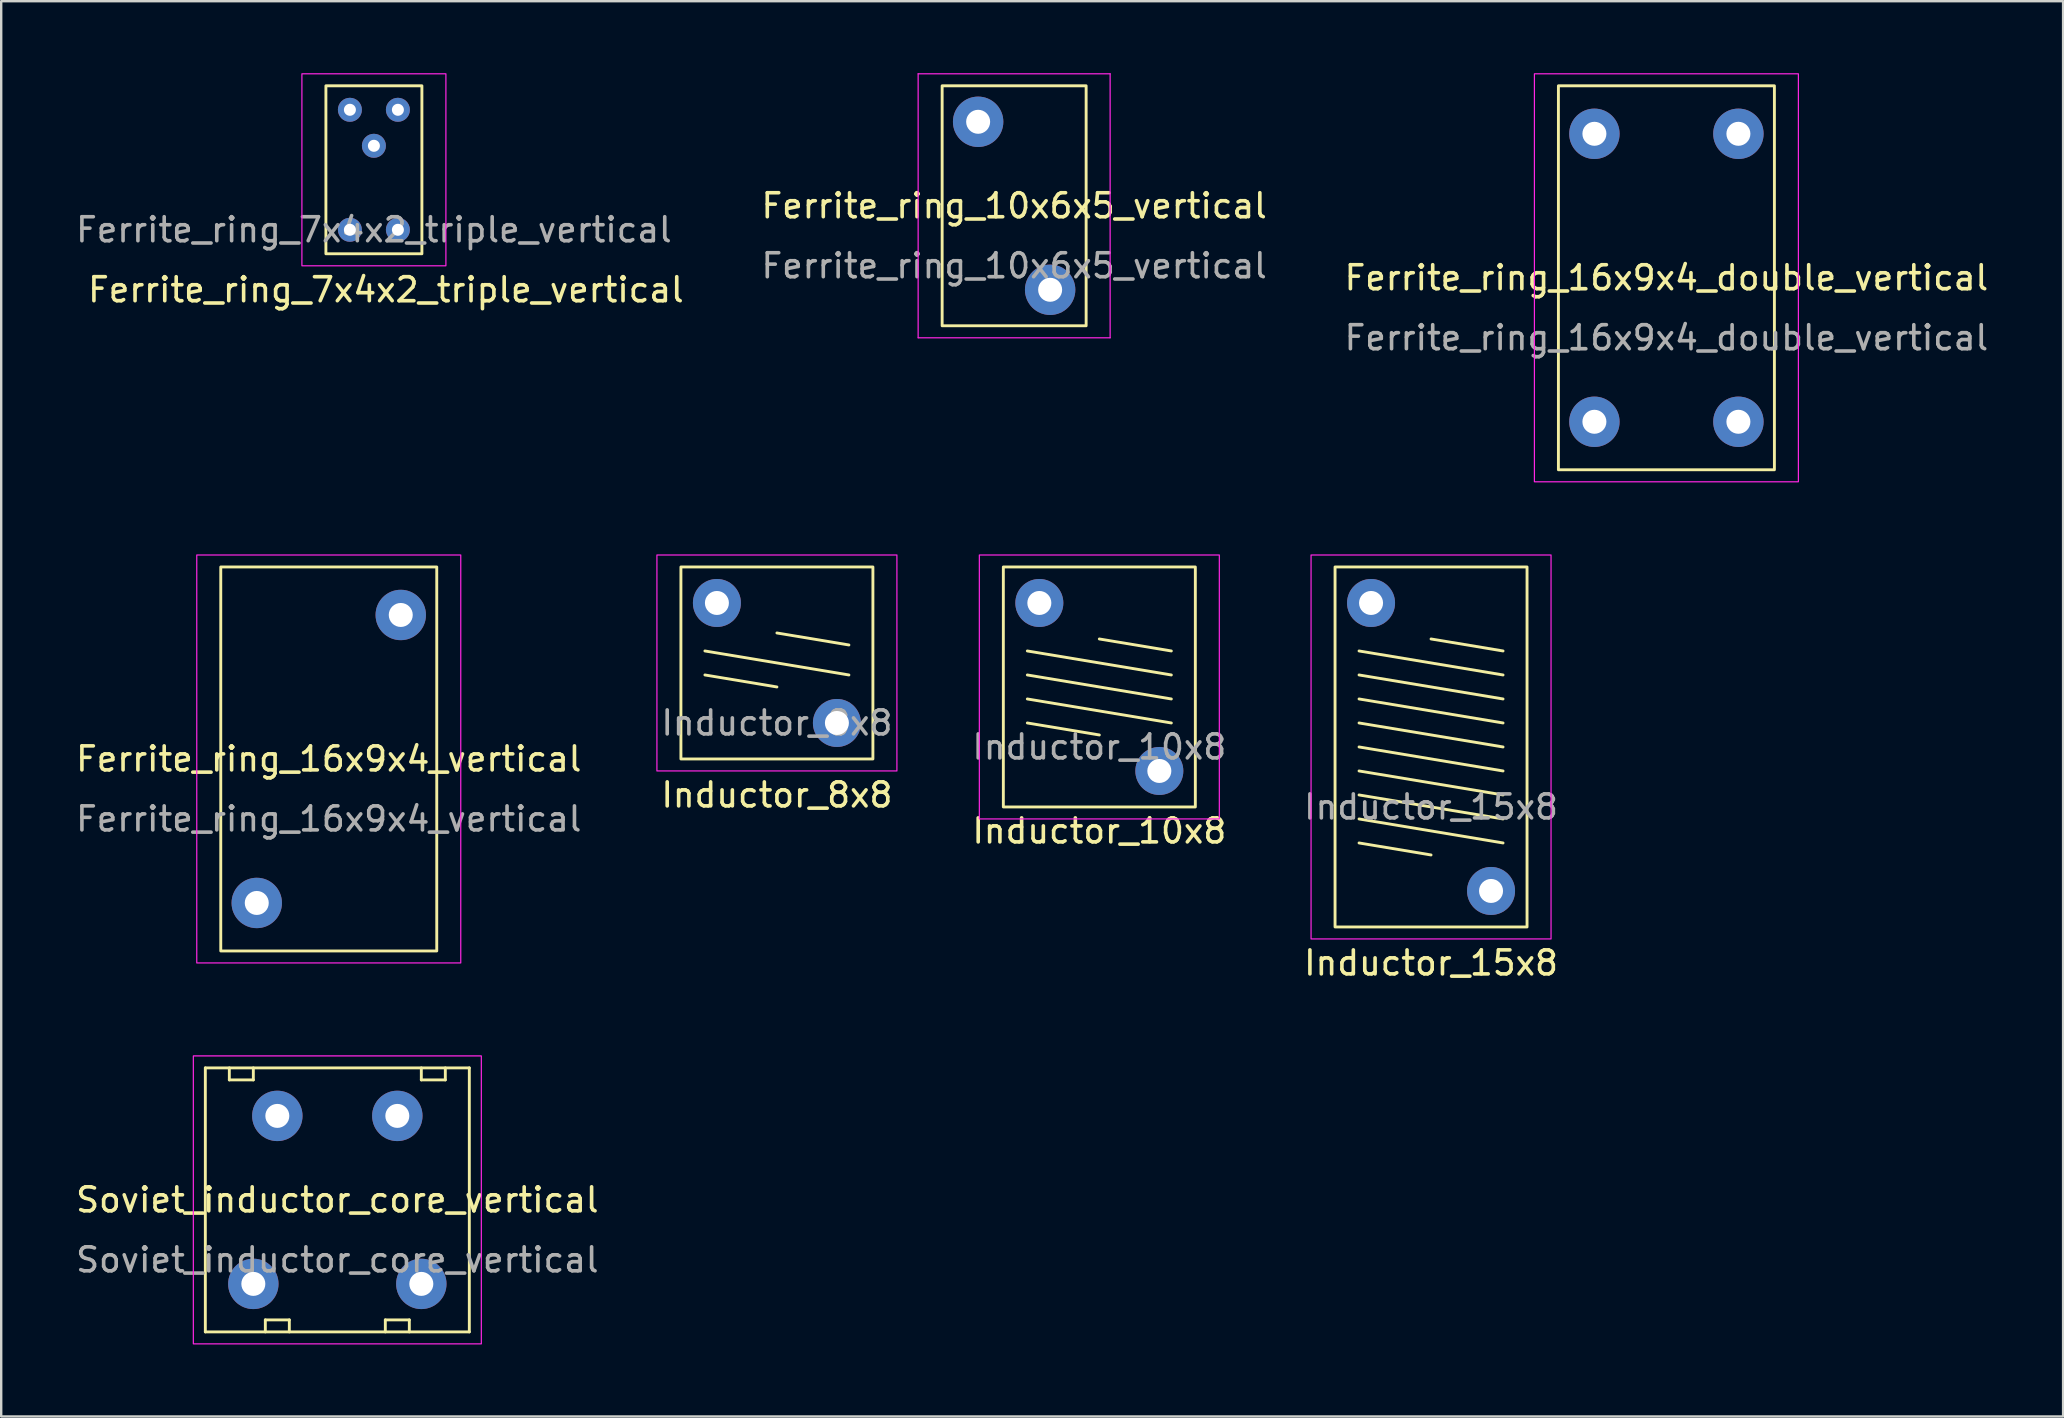
<source format=kicad_pcb>
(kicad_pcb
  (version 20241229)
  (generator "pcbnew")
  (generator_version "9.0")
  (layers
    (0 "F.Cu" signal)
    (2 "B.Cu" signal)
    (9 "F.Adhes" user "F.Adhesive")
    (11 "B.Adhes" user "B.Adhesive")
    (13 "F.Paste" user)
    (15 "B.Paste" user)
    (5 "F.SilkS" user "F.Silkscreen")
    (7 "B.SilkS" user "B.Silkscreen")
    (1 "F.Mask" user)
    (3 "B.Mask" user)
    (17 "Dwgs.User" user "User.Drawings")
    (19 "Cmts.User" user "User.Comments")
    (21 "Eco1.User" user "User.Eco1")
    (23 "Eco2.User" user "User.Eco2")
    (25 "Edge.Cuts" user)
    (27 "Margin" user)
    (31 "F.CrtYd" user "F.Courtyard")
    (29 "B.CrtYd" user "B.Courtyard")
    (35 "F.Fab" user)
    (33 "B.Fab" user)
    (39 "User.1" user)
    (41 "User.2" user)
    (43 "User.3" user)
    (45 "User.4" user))
  (footprint "Ferrite_ring_16x9x4_vertical"
    (layer "F.Cu")
    (at 10.649 28.575)
    (property "Reference" "Ferrite_ring_16x9x4_vertical" (at 0 0 0) (unlocked yes) (layer "F.SilkS") (effects (font (size 1 1) (thickness 0.15))))
    (attr through_hole)
    (fp_rect (start -4.5 -8) (end 4.5 8) (stroke (width 0.12) (type solid)) (fill no) (layer "F.SilkS"))
    (fp_rect (start -5.5 -8.5) (end 5.5 8.5) (stroke (width 0.05) (type solid)) (fill no) (layer "F.CrtYd"))
    (fp_text user "${REFERENCE}" (at 0 2.5 0) (unlocked yes) (layer "F.Fab") (effects (font (size 1 1) (thickness 0.15))))
    (pad "1" thru_hole circle (at 3 -6) (size 2.1 2.1) (drill 1) (layers "*.Cu" "*.Mask"))
    (pad "2" thru_hole circle (at -3 6) (size 2.1 2.1) (drill 1) (layers "*.Cu" "*.Mask")))
  (footprint "Inductor_10x8"
    (layer "F.Cu")
    (at 42.758 25.575)
    (property "Reference" "Inductor_10x8" (at 0 6 0) (unlocked yes) (layer "F.SilkS") (effects (font (size 1 1) (thickness 0.15))))
    (attr through_hole)
    (fp_line (start 0 2) (end -3 1.5) (stroke (width 0.12) (type solid)) (layer "F.SilkS"))
    (fp_line (start 3 -1.5) (end 0 -2) (stroke (width 0.12) (type solid)) (layer "F.SilkS"))
    (fp_line (start 3 -0.5) (end -3 -1.5) (stroke (width 0.12) (type solid)) (layer "F.SilkS"))
    (fp_line (start 3 0.5) (end -3 -0.5) (stroke (width 0.12) (type solid)) (layer "F.SilkS"))
    (fp_line (start 3 1.5) (end -3 0.5) (stroke (width 0.12) (type solid)) (layer "F.SilkS"))
    (fp_rect (start -4 -5) (end 4 5) (stroke (width 0.12) (type solid)) (fill no) (layer "F.SilkS"))
    (fp_rect (start -5 -5.5) (end 5 5.5) (stroke (width 0.05) (type solid)) (fill no) (layer "F.CrtYd"))
    (fp_text user "${REFERENCE}" (at 0 2.5 0) (unlocked yes) (layer "F.Fab") (effects (font (size 1 1) (thickness 0.15))))
    (pad "1" thru_hole circle (at 2.5 3.5) (size 2 2) (drill 1) (layers "*.Cu" "*.Mask"))
    (pad "2" thru_hole circle (at -2.5 -3.5) (size 2 2) (drill 1) (layers "*.Cu" "*.Mask")))
  (footprint "Inductor_8x8"
    (layer "F.Cu")
    (at 29.323 24.575)
    (property "Reference" "Inductor_8x8" (at 0 5.5 0) (unlocked yes) (layer "F.SilkS") (effects (font (size 1 1) (thickness 0.15))))
    (attr through_hole)
    (fp_line (start 0 1) (end -3 0.5) (stroke (width 0.12) (type solid)) (layer "F.SilkS"))
    (fp_line (start 3 -0.75) (end 0 -1.25) (stroke (width 0.12) (type solid)) (layer "F.SilkS"))
    (fp_line (start 3 0.5) (end -3 -0.5) (stroke (width 0.12) (type solid)) (layer "F.SilkS"))
    (fp_rect (start -4 -4) (end 4 4) (stroke (width 0.12) (type solid)) (fill no) (layer "F.SilkS"))
    (fp_rect (start -5 -4.5) (end 5 4.5) (stroke (width 0.05) (type solid)) (fill no) (layer "F.CrtYd"))
    (fp_text user "${REFERENCE}" (at 0 2.5 0) (unlocked yes) (layer "F.Fab") (effects (font (size 1 1) (thickness 0.15))))
    (pad "1" thru_hole circle (at 2.5 2.5) (size 2 2) (drill 1) (layers "*.Cu" "*.Mask"))
    (pad "2" thru_hole circle (at -2.5 -2.5) (size 2 2) (drill 1) (layers "*.Cu" "*.Mask")))
  (footprint "Ferrite_ring_16x9x4_double_vertical"
    (layer "F.Cu")
    (at 66.387 8.525)
    (property "Reference" "Ferrite_ring_16x9x4_double_vertical" (at 0 0 0) (unlocked yes) (layer "F.SilkS") (effects (font (size 1 1) (thickness 0.15))))
    (attr through_hole)
    (fp_rect (start -4.5 -8) (end 4.5 8) (stroke (width 0.12) (type solid)) (fill no) (layer "F.SilkS"))
    (fp_rect (start -5.5 -8.5) (end 5.5 8.5) (stroke (width 0.05) (type solid)) (fill no) (layer "F.CrtYd"))
    (fp_text user "${REFERENCE}" (at 0 2.5 0) (unlocked yes) (layer "F.Fab") (effects (font (size 1 1) (thickness 0.15))))
    (pad "1" thru_hole circle (at 3 -6) (size 2.1 2.1) (drill 1) (layers "*.Cu" "*.Mask"))
    (pad "2" thru_hole circle (at 3 6) (size 2.1 2.1) (drill 1) (layers "*.Cu" "*.Mask"))
    (pad "3" thru_hole circle (at -3 6) (size 2.1 2.1) (drill 1) (layers "*.Cu" "*.Mask"))
    (pad "4" thru_hole circle (at -3 -6) (size 2.1 2.1) (drill 1) (layers "*.Cu" "*.Mask")))
  (footprint "Ferrite_ring_10x6x5_vertical"
    (layer "F.Cu")
    (at 39.208 5.525)
    (property "Reference" "Ferrite_ring_10x6x5_vertical" (at 0 0 0) (unlocked yes) (layer "F.SilkS") (effects (font (size 1 1) (thickness 0.15))))
    (attr through_hole)
    (fp_rect (start -3 -5) (end 3 5) (stroke (width 0.12) (type solid)) (fill no) (layer "F.SilkS"))
    (fp_line (start -4 -5.5) (end 4 -5.5) (stroke (width 0.05) (type solid)) (layer "F.CrtYd"))
    (fp_line (start -4 5.5) (end -4 -5.5) (stroke (width 0.05) (type solid)) (layer "F.CrtYd"))
    (fp_line (start 4 -5.5) (end 4 5.5) (stroke (width 0.05) (type solid)) (layer "F.CrtYd"))
    (fp_line (start 4 5.5) (end -4 5.5) (stroke (width 0.05) (type solid)) (layer "F.CrtYd"))
    (fp_text user "${REFERENCE}" (at 0 2.5 0) (unlocked yes) (layer "F.Fab") (effects (font (size 1 1) (thickness 0.15))))
    (pad "1" thru_hole circle (at 1.5 3.5) (size 2.1 2.1) (drill 1) (layers "*.Cu" "*.Mask"))
    (pad "2" thru_hole circle (at -1.5 -3.5) (size 2.1 2.1) (drill 1) (layers "*.Cu" "*.Mask")))
  (footprint "Ferrite_ring_7x4x2_triple_vertical"
    (layer "F.Cu")
    (at 12.53 4.025)
    (property "Reference" "Ferrite_ring_7x4x2_triple_vertical" (at 0.5 5 0) (unlocked yes) (layer "F.SilkS") (effects (font (size 1 1) (thickness 0.15))))
    (attr through_hole)
    (fp_rect (start -2 -3.5) (end 2 3.5) (stroke (width 0.12) (type solid)) (fill no) (layer "F.SilkS"))
    (fp_rect (start -3 -4) (end 3 4) (stroke (width 0.05) (type solid)) (fill no) (layer "F.CrtYd"))
    (fp_text user "${REFERENCE}" (at 0 2.5 0) (unlocked yes) (layer "F.Fab") (effects (font (size 1 1) (thickness 0.15))))
    (pad "1" thru_hole circle (at 1 2.5) (size 1 1) (drill 0.5) (layers "*.Cu" "*.Mask"))
    (pad "2" thru_hole circle (at -1 2.5) (size 1 1) (drill 0.5) (layers "*.Cu" "*.Mask"))
    (pad "3" thru_hole circle (at -1 -2.5) (size 1 1) (drill 0.5) (layers "*.Cu" "*.Mask"))
    (pad "4" thru_hole circle (at 0 -1) (size 1 1) (drill 0.5) (layers "*.Cu" "*.Mask"))
    (pad "5" thru_hole circle (at 1 -2.5) (size 1 1) (drill 0.5) (layers "*.Cu" "*.Mask")))
  (footprint "Soviet_inductor_core_vertical"
    (layer "F.Cu")
    (at 11.006 46.948)
    (property "Reference" "Soviet_inductor_core_vertical" (at 0 0 0) (unlocked yes) (layer "F.SilkS") (effects (font (size 1 1) (thickness 0.15))))
    (attr through_hole)
    (fp_line (start -5.5 -5.5) (end 5.5 -5.5) (stroke (width 0.12) (type solid)) (layer "F.SilkS"))
    (fp_line (start -5.5 5.5) (end -5.5 -5.5) (stroke (width 0.12) (type solid)) (layer "F.SilkS"))
    (fp_line (start -4.5 -5.5) (end -4.5 -5) (stroke (width 0.12) (type solid)) (layer "F.SilkS"))
    (fp_line (start -4.5 -5) (end -3.5 -5) (stroke (width 0.12) (type solid)) (layer "F.SilkS"))
    (fp_line (start -3.5 -5) (end -3.5 -5.5) (stroke (width 0.12) (type solid)) (layer "F.SilkS"))
    (fp_line (start -3 5) (end -2 5) (stroke (width 0.12) (type solid)) (layer "F.SilkS"))
    (fp_line (start -3 5.5) (end -3 5) (stroke (width 0.12) (type solid)) (layer "F.SilkS"))
    (fp_line (start -2 5) (end -2 5.5) (stroke (width 0.12) (type solid)) (layer "F.SilkS"))
    (fp_line (start 2 5) (end 3 5) (stroke (width 0.12) (type solid)) (layer "F.SilkS"))
    (fp_line (start 2 5.5) (end 2 5) (stroke (width 0.12) (type solid)) (layer "F.SilkS"))
    (fp_line (start 3 5) (end 3 5.5) (stroke (width 0.12) (type solid)) (layer "F.SilkS"))
    (fp_line (start 3.5 -5) (end 3.5 -5.5) (stroke (width 0.12) (type solid)) (layer "F.SilkS"))
    (fp_line (start 4.5 -5.5) (end 4.5 -5) (stroke (width 0.12) (type solid)) (layer "F.SilkS"))
    (fp_line (start 4.5 -5) (end 3.5 -5) (stroke (width 0.12) (type solid)) (layer "F.SilkS"))
    (fp_line (start 5.5 -5.5) (end 5.5 0) (stroke (width 0.12) (type solid)) (layer "F.SilkS"))
    (fp_line (start 5.5 0) (end 5.5 5.5) (stroke (width 0.12) (type solid)) (layer "F.SilkS"))
    (fp_line (start 5.5 5.5) (end -5.5 5.5) (stroke (width 0.12) (type solid)) (layer "F.SilkS"))
    (fp_rect (start -6 -6) (end 6 6) (stroke (width 0.05) (type solid)) (fill no) (layer "F.CrtYd"))
    (fp_text user "${REFERENCE}" (at 0 2.5 0) (unlocked yes) (layer "F.Fab") (effects (font (size 1 1) (thickness 0.15))))
    (pad "1" thru_hole circle (at 3.5 3.5) (size 2.1 2.1) (drill 1) (layers "*.Cu" "*.Mask"))
    (pad "2" thru_hole circle (at 2.5 -3.5) (size 2.1 2.1) (drill 1) (layers "*.Cu" "*.Mask"))
    (pad "3" thru_hole circle (at -2.5 -3.5) (size 2.1 2.1) (drill 1) (layers "*.Cu" "*.Mask"))
    (pad "4" thru_hole circle (at -3.5 3.5) (size 2.1 2.1) (drill 1) (layers "*.Cu" "*.Mask")))
  (footprint "Inductor_15x8"
    (layer "F.Cu")
    (at 56.58 28.075)
    (property "Reference" "Inductor_15x8" (at 0 9 0) (unlocked yes) (layer "F.SilkS") (effects (font (size 1 1) (thickness 0.15))))
    (attr through_hole)
    (fp_line (start 0 4.5) (end -3 4) (stroke (width 0.12) (type solid)) (layer "F.SilkS"))
    (fp_line (start 3 -4) (end 0 -4.5) (stroke (width 0.12) (type solid)) (layer "F.SilkS"))
    (fp_line (start 3 -3) (end -3 -4) (stroke (width 0.12) (type solid)) (layer "F.SilkS"))
    (fp_line (start 3 -2) (end -3 -3) (stroke (width 0.12) (type solid)) (layer "F.SilkS"))
    (fp_line (start 3 -1) (end -3 -2) (stroke (width 0.12) (type solid)) (layer "F.SilkS"))
    (fp_line (start 3 0) (end -3 -1) (stroke (width 0.12) (type solid)) (layer "F.SilkS"))
    (fp_line (start 3 1) (end -3 0) (stroke (width 0.12) (type solid)) (layer "F.SilkS"))
    (fp_line (start 3 2) (end -3 1) (stroke (width 0.12) (type solid)) (layer "F.SilkS"))
    (fp_line (start 3 3) (end -3 2) (stroke (width 0.12) (type solid)) (layer "F.SilkS"))
    (fp_line (start 3 4) (end -3 3) (stroke (width 0.12) (type solid)) (layer "F.SilkS"))
    (fp_rect (start -4 -7.5) (end 4 7.5) (stroke (width 0.12) (type solid)) (fill no) (layer "F.SilkS"))
    (fp_rect (start -5 -8) (end 5 8) (stroke (width 0.05) (type solid)) (fill no) (layer "F.CrtYd"))
    (fp_text user "${REFERENCE}" (at 0 2.5 0) (unlocked yes) (layer "F.Fab") (effects (font (size 1 1) (thickness 0.15))))
    (pad "1" thru_hole circle (at 2.5 6) (size 2 2) (drill 1) (layers "*.Cu" "*.Mask"))
    (pad "2" thru_hole circle (at -2.5 -6) (size 2 2) (drill 1) (layers "*.Cu" "*.Mask")))
  (gr_rect
    (start -3 -3)
    (end 82.917 55.973)
    (stroke (width 0.1) (type default))
    (fill no)
    (layer "Edge.Cuts")))
</source>
